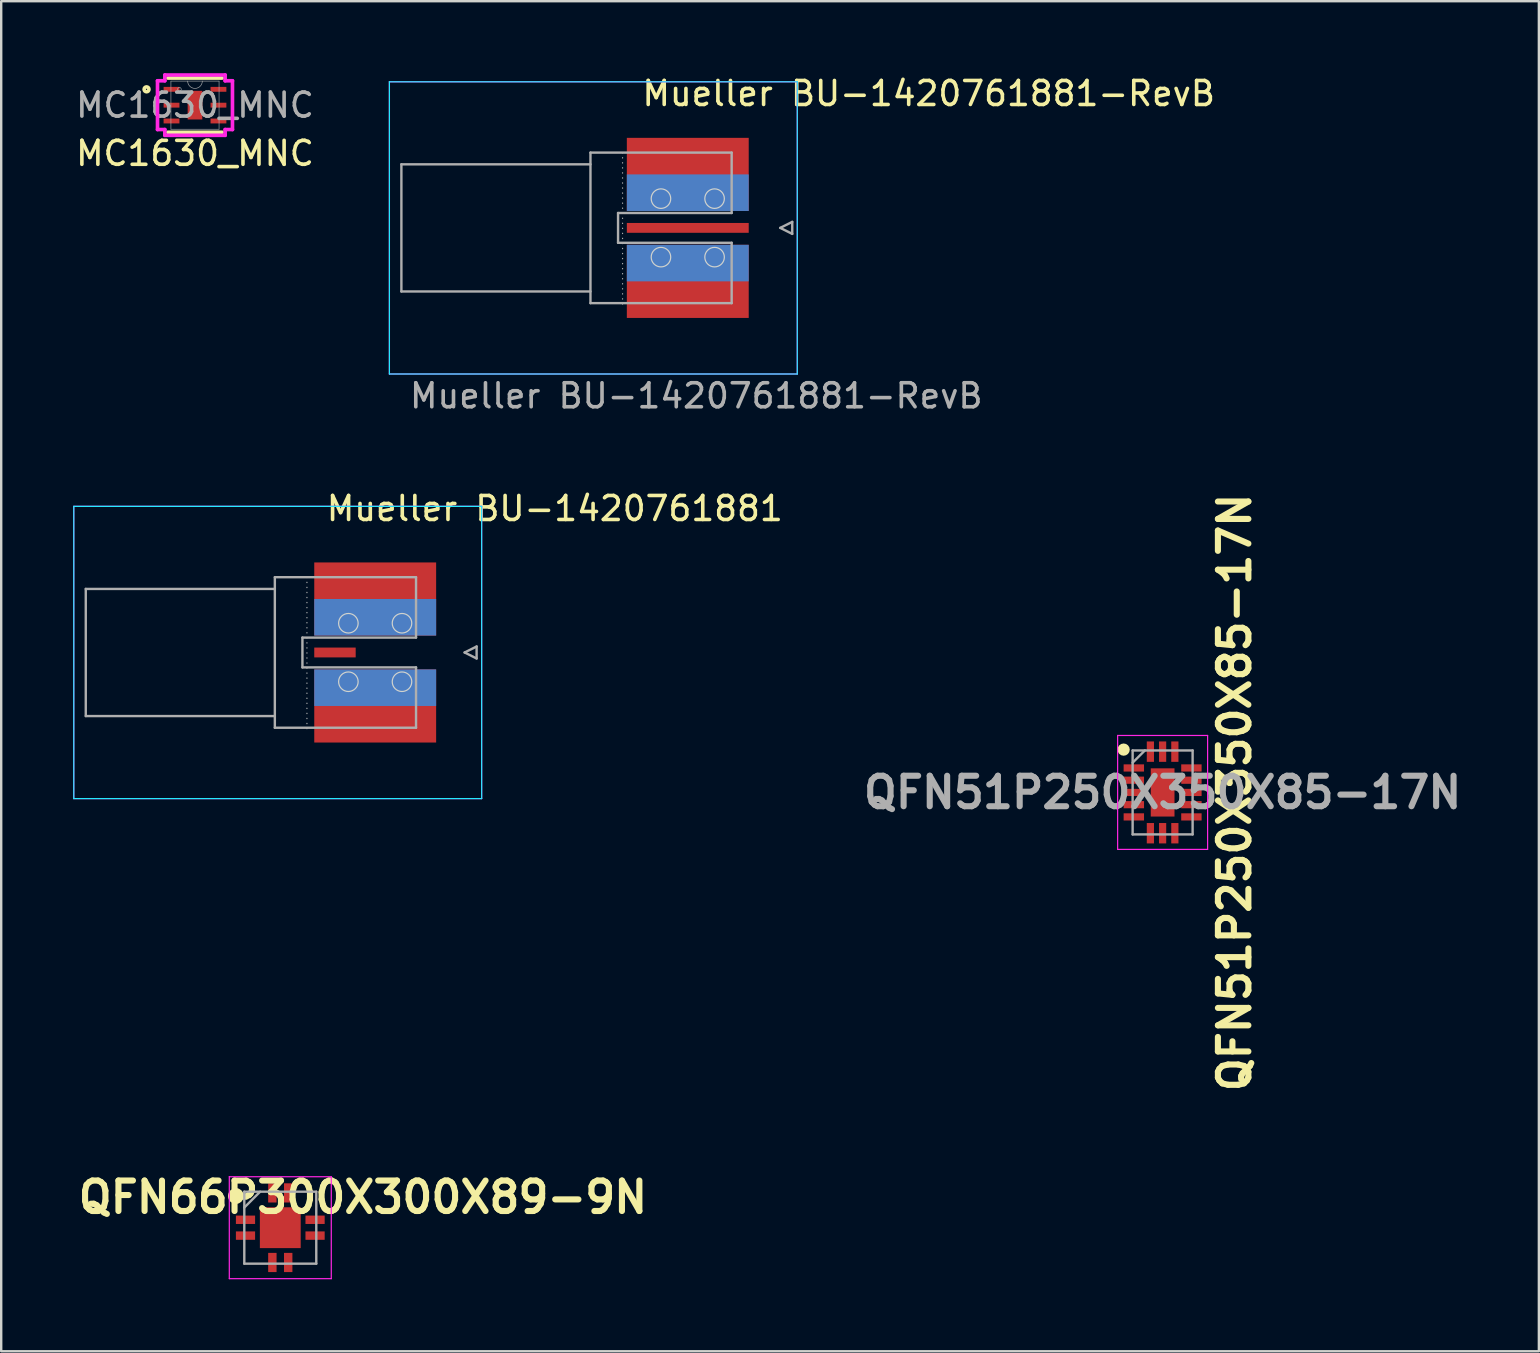
<source format=kicad_pcb>
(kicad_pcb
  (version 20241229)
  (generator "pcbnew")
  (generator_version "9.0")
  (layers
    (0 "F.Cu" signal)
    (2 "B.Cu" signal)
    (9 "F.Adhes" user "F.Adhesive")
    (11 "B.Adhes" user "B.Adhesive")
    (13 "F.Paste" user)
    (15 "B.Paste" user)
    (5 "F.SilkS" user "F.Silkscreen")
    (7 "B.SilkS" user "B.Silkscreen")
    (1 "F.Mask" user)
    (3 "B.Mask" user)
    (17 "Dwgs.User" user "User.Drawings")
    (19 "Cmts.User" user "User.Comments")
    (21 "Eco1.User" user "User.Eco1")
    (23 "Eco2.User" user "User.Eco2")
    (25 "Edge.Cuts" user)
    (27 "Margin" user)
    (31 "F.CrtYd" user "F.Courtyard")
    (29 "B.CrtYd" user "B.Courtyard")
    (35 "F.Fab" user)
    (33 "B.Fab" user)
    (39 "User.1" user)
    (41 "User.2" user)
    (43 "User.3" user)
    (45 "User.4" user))
  (footprint "Mueller BU-1420761881"
    (layer "F.Cu")
    (at 14.315 24.145)
    (property "Reference" "Mueller BU-1420761881" (at -3.84 -6 0) (layer "F.SilkS") (effects (font (size 1 1) (thickness 0.15)) (justify left)))
    (attr smd)
    (fp_circle (center -2.845 -1.219) (end -2.438 -1.219) (stroke (width 0.05) (type default)) (fill no) (layer "Edge.Cuts"))
    (fp_circle (center -2.845 1.219) (end -2.438 1.219) (stroke (width 0.05) (type default)) (fill no) (layer "Edge.Cuts"))
    (fp_circle (center -0.61 -1.219) (end -0.203 -1.219) (stroke (width 0.05) (type default)) (fill no) (layer "Edge.Cuts"))
    (fp_circle (center -0.61 1.219) (end -0.203 1.219) (stroke (width 0.05) (type default)) (fill no) (layer "Edge.Cuts"))
    (fp_line (start -14.29 -6.09) (end -14.29 6.09) (stroke (width 0.05) (type solid)) (layer "B.CrtYd"))
    (fp_line (start -14.29 -6.09) (end 2.71 -6.09) (stroke (width 0.05) (type solid)) (layer "B.CrtYd"))
    (fp_line (start -14.29 6.09) (end 2.71 6.09) (stroke (width 0.05) (type solid)) (layer "B.CrtYd"))
    (fp_line (start 2.71 -6.09) (end 2.71 6.09) (stroke (width 0.05) (type solid)) (layer "B.CrtYd"))
    (fp_line (start -14.29 -6.09) (end -14.29 6.09) (stroke (width 0.05) (type solid)) (layer "F.CrtYd"))
    (fp_line (start -14.29 6.09) (end 2.71 6.09) (stroke (width 0.05) (type solid)) (layer "F.CrtYd"))
    (fp_line (start 2.71 -6.09) (end -14.29 -6.09) (stroke (width 0.05) (type solid)) (layer "F.CrtYd"))
    (fp_line (start 2.71 -6.09) (end 2.71 6.09) (stroke (width 0.05) (type solid)) (layer "F.CrtYd"))
    (fp_line (start -13.79 -2.65) (end -13.79 2.65) (stroke (width 0.1) (type solid)) (layer "F.Fab"))
    (fp_line (start -13.79 -2.65) (end -5.91 -2.65) (stroke (width 0.1) (type solid)) (layer "F.Fab"))
    (fp_line (start -13.79 2.65) (end -5.91 2.65) (stroke (width 0.1) (type solid)) (layer "F.Fab"))
    (fp_line (start -5.91 -3.137) (end -5.91 3.137) (stroke (width 0.1) (type solid)) (layer "F.Fab"))
    (fp_line (start -5.91 3.137) (end -0.025 3.137) (stroke (width 0.1) (type solid)) (layer "F.Fab"))
    (fp_line (start -4.76 -0.621) (end -4.76 0.621) (stroke (width 0.1) (type solid)) (layer "F.Fab"))
    (fp_line (start -4.76 -0.621) (end -0.025 -0.621) (stroke (width 0.1) (type solid)) (layer "F.Fab"))
    (fp_line (start -4.76 0.621) (end -0.025 0.621) (stroke (width 0.1) (type solid)) (layer "F.Fab"))
    (fp_line (start -4.572 3.175) (end -4.572 -3.175) (stroke (width 0.05) (type dot)) (layer "F.Fab"))
    (fp_line (start -0.025 -3.137) (end -5.91 -3.137) (stroke (width 0.1) (type solid)) (layer "F.Fab"))
    (fp_line (start -0.025 -3.137) (end -0.025 -0.621) (stroke (width 0.1) (type solid)) (layer "F.Fab"))
    (fp_line (start -0.025 0.621) (end -0.025 3.137) (stroke (width 0.1) (type solid)) (layer "F.Fab"))
    (fp_line (start 2 0) (end 2.5 0.25) (stroke (width 0.1) (type solid)) (layer "F.Fab"))
    (fp_line (start 2.5 -0.25) (end 2 0) (stroke (width 0.1) (type solid)) (layer "F.Fab"))
    (fp_line (start 2.5 0.25) (end 2.5 -0.25) (stroke (width 0.1) (type solid)) (layer "F.Fab"))
    (pad "1" smd rect (at -3.404 0) (size 1.727 0.41) (layers "F.Cu" "F.Mask" "F.Paste"))
    (pad "2" smd rect (at -1.727 -2.229) (size 5.08 3.048) (layers "F.Cu" "F.Mask" "F.Paste"))
    (pad "2" smd rect (at -1.727 -1.467) (size 5.08 1.524) (layers "B.Cu" "B.Mask" "B.Paste"))
    (pad "2" smd rect (at -1.727 1.467) (size 5.08 1.524) (layers "B.Cu" "B.Mask" "B.Paste"))
    (pad "2" smd rect (at -1.727 2.229) (size 5.08 3.048) (layers "F.Cu" "F.Mask" "F.Paste")))
  (footprint "Mueller BU-1420761881-RevB"
    (layer "F.Cu")
    (at 27.47 6.448)
    (property "Reference" "Mueller BU-1420761881-RevB" (at -3.84 -5.6 0) (layer "F.SilkS") (effects (font (size 1 1) (thickness 0.15)) (justify left)))
    (attr smd)
    (fp_circle (center -2.972 -1.219) (end -2.565 -1.219) (stroke (width 0.05) (type default)) (fill no) (layer "Edge.Cuts"))
    (fp_circle (center -2.972 1.219) (end -2.565 1.219) (stroke (width 0.05) (type default)) (fill no) (layer "Edge.Cuts"))
    (fp_circle (center -0.737 -1.219) (end -0.33 -1.219) (stroke (width 0.05) (type default)) (fill no) (layer "Edge.Cuts"))
    (fp_circle (center -0.737 1.219) (end -0.33 1.219) (stroke (width 0.05) (type default)) (fill no) (layer "Edge.Cuts"))
    (fp_line (start -14.29 -6.09) (end -14.29 6.09) (stroke (width 0.05) (type solid)) (layer "B.CrtYd"))
    (fp_line (start -14.29 -6.09) (end 2.71 -6.09) (stroke (width 0.05) (type solid)) (layer "B.CrtYd"))
    (fp_line (start -14.29 6.09) (end 2.71 6.09) (stroke (width 0.05) (type solid)) (layer "B.CrtYd"))
    (fp_line (start 2.71 -6.09) (end 2.71 6.09) (stroke (width 0.05) (type solid)) (layer "B.CrtYd"))
    (fp_line (start -14.29 -6.09) (end -14.29 6.09) (stroke (width 0.05) (type solid)) (layer "F.CrtYd"))
    (fp_line (start -14.29 6.09) (end 2.71 6.09) (stroke (width 0.05) (type solid)) (layer "F.CrtYd"))
    (fp_line (start 2.71 -6.09) (end -14.29 -6.09) (stroke (width 0.05) (type solid)) (layer "F.CrtYd"))
    (fp_line (start 2.71 -6.09) (end 2.71 6.09) (stroke (width 0.05) (type solid)) (layer "F.CrtYd"))
    (fp_line (start -13.79 -2.65) (end -13.79 2.65) (stroke (width 0.1) (type solid)) (layer "F.Fab"))
    (fp_line (start -13.79 -2.65) (end -5.91 -2.65) (stroke (width 0.1) (type solid)) (layer "F.Fab"))
    (fp_line (start -13.79 2.65) (end -5.91 2.65) (stroke (width 0.1) (type solid)) (layer "F.Fab"))
    (fp_line (start -5.91 -3.137) (end -5.91 3.137) (stroke (width 0.1) (type solid)) (layer "F.Fab"))
    (fp_line (start -5.91 3.137) (end -0.025 3.137) (stroke (width 0.1) (type solid)) (layer "F.Fab"))
    (fp_line (start -4.76 -0.621) (end -4.76 0.621) (stroke (width 0.1) (type solid)) (layer "F.Fab"))
    (fp_line (start -4.76 -0.621) (end -0.025 -0.621) (stroke (width 0.1) (type solid)) (layer "F.Fab"))
    (fp_line (start -4.76 0.621) (end -0.025 0.621) (stroke (width 0.1) (type solid)) (layer "F.Fab"))
    (fp_line (start -4.572 3.175) (end -4.572 -3.175) (stroke (width 0.05) (type dot)) (layer "F.Fab"))
    (fp_line (start -0.025 -3.137) (end -5.91 -3.137) (stroke (width 0.1) (type solid)) (layer "F.Fab"))
    (fp_line (start -0.025 -3.137) (end -0.025 -0.621) (stroke (width 0.1) (type solid)) (layer "F.Fab"))
    (fp_line (start -0.025 0.621) (end -0.025 3.137) (stroke (width 0.1) (type solid)) (layer "F.Fab"))
    (fp_line (start 2 0) (end 2.5 0.25) (stroke (width 0.1) (type solid)) (layer "F.Fab"))
    (fp_line (start 2.5 -0.25) (end 2 0) (stroke (width 0.1) (type solid)) (layer "F.Fab"))
    (fp_line (start 2.5 0.25) (end 2.5 -0.25) (stroke (width 0.1) (type solid)) (layer "F.Fab"))
    (fp_text user "${REFERENCE}" (at -1.5 7 0) (layer "F.Fab") (effects (font (size 1 1) (thickness 0.15))))
    (pad "1" smd rect (at -1.854 0) (size 5.08 0.41) (layers "F.Cu" "F.Mask" "F.Paste"))
    (pad "2" smd rect (at -1.854 -2.229) (size 5.08 3.048) (layers "F.Cu" "F.Mask" "F.Paste"))
    (pad "2" smd rect (at -1.854 -1.467) (size 5.08 1.524) (layers "B.Cu" "B.Mask" "B.Paste"))
    (pad "2" smd rect (at -1.854 1.467) (size 5.08 1.524) (layers "B.Cu" "B.Mask" "B.Paste"))
    (pad "2" smd rect (at -1.854 2.229) (size 5.08 3.048) (layers "F.Cu" "F.Mask" "F.Paste"))
    (zone (net_name "") (layer "F.Cu") (name "F.Cu Pad Clearance") (hatch edge 0.5) (connect_pads) (min_thickness 0.25) (filled_areas_thickness no) (keepout (tracks allowed) (vias not_allowed) (pads allowed) (copperpour not_allowed) (footprints allowed)) (placement (enabled no)) (fill) (polygon (pts (xy 23.076 5.742) (xy 28.156 5.742) (xy 28.156 7.154) (xy 23.076 7.154)))))
  (footprint "QFN66P300X300X89-9N"
    (layer "F.Cu")
    (at 8.632 48.119)
    (property "Reference" "QFN66P300X300X89-9N" (at 3.445 -1.27 0) (layer "F.SilkS") (effects (font (size 1.27 1.27) (thickness 0.254))))
    (attr smd allow_soldermask_bridges)
    (fp_circle (center -1.85 -1.32) (end -1.85 -1.155) (stroke (width 0.33) (type solid)) (fill no) (layer "F.SilkS"))
    (fp_line (start -2.125 -2.125) (end 2.125 -2.125) (stroke (width 0.05) (type solid)) (layer "F.CrtYd"))
    (fp_line (start -2.125 2.125) (end -2.125 -2.125) (stroke (width 0.05) (type solid)) (layer "F.CrtYd"))
    (fp_line (start 2.125 -2.125) (end 2.125 2.125) (stroke (width 0.05) (type solid)) (layer "F.CrtYd"))
    (fp_line (start 2.125 2.125) (end -2.125 2.125) (stroke (width 0.05) (type solid)) (layer "F.CrtYd"))
    (fp_line (start -1.5 -1.5) (end 1.5 -1.5) (stroke (width 0.1) (type solid)) (layer "F.Fab"))
    (fp_line (start -1.5 -0.84) (end -0.84 -1.5) (stroke (width 0.1) (type solid)) (layer "F.Fab"))
    (fp_line (start -1.5 1.5) (end -1.5 -1.5) (stroke (width 0.1) (type solid)) (layer "F.Fab"))
    (fp_line (start 1.5 -1.5) (end 1.5 1.5) (stroke (width 0.1) (type solid)) (layer "F.Fab"))
    (fp_line (start 1.5 1.5) (end -1.5 1.5) (stroke (width 0.1) (type solid)) (layer "F.Fab"))
    (pad "1" smd rect (at -1.45 -0.33 90) (size 0.35 0.8) (layers "F.Cu" "F.Mask" "F.Paste"))
    (pad "2" smd rect (at -1.45 0.33 90) (size 0.35 0.8) (layers "F.Cu" "F.Mask" "F.Paste"))
    (pad "3" smd rect (at -0.33 1.45) (size 0.35 0.8) (layers "F.Cu" "F.Mask" "F.Paste"))
    (pad "4" smd rect (at 0.33 1.45) (size 0.35 0.8) (layers "F.Cu" "F.Mask" "F.Paste"))
    (pad "5" smd rect (at 1.45 0.33 90) (size 0.35 0.8) (layers "F.Cu" "F.Mask" "F.Paste"))
    (pad "6" smd rect (at 1.45 -0.33 90) (size 0.35 0.8) (layers "F.Cu" "F.Mask" "F.Paste"))
    (pad "7" smd rect (at 0.33 -1.45) (size 0.35 0.8) (layers "F.Cu" "F.Mask" "F.Paste"))
    (pad "8" smd rect (at -0.33 -1.45) (size 0.35 0.8) (layers "F.Cu" "F.Mask" "F.Paste"))
    (pad "9" smd rect (at 0 0) (size 1.702 1.702) (layers "F.Cu" "F.Mask" "F.Paste")))
  (footprint "MC1630_MNC"
    (layer "F.Cu")
    (at 5.077 1.333)
    (property "Reference" "MC1630_MNC" (at 0 2.01 0) (unlocked yes) (layer "F.SilkS") (effects (font (size 1 1) (thickness 0.15))))
    (attr smd)
    (fp_line (start -1.13 1.13) (end 1.13 1.13) (stroke (width 0.152) (type solid)) (layer "F.SilkS"))
    (fp_line (start 1.13 -1.13) (end -1.13 -1.13) (stroke (width 0.152) (type solid)) (layer "F.SilkS"))
    (fp_circle (center -2.019 -0.66) (end -1.918 -0.66) (stroke (width 0.152) (type solid)) (fill no) (layer "F.SilkS"))
    (fp_line (start -1.562 -1.016) (end -1.257 -1.016) (stroke (width 0.152) (type solid)) (layer "F.CrtYd"))
    (fp_line (start -1.562 1.016) (end -1.562 -1.016) (stroke (width 0.152) (type solid)) (layer "F.CrtYd"))
    (fp_line (start -1.562 1.016) (end -1.257 1.016) (stroke (width 0.152) (type solid)) (layer "F.CrtYd"))
    (fp_line (start -1.257 -1.257) (end 1.257 -1.257) (stroke (width 0.152) (type solid)) (layer "F.CrtYd"))
    (fp_line (start -1.257 -1.016) (end -1.257 -1.257) (stroke (width 0.152) (type solid)) (layer "F.CrtYd"))
    (fp_line (start -1.257 1.257) (end -1.257 1.016) (stroke (width 0.152) (type solid)) (layer "F.CrtYd"))
    (fp_line (start 1.257 -1.257) (end 1.257 -1.016) (stroke (width 0.152) (type solid)) (layer "F.CrtYd"))
    (fp_line (start 1.257 1.016) (end 1.257 1.257) (stroke (width 0.152) (type solid)) (layer "F.CrtYd"))
    (fp_line (start 1.257 1.257) (end -1.257 1.257) (stroke (width 0.152) (type solid)) (layer "F.CrtYd"))
    (fp_line (start 1.562 -1.016) (end 1.257 -1.016) (stroke (width 0.152) (type solid)) (layer "F.CrtYd"))
    (fp_line (start 1.562 -1.016) (end 1.562 1.016) (stroke (width 0.152) (type solid)) (layer "F.CrtYd"))
    (fp_line (start 1.562 1.016) (end 1.257 1.016) (stroke (width 0.152) (type solid)) (layer "F.CrtYd"))
    (fp_line (start -1.003 -1.003) (end -1.003 1.003) (stroke (width 0.025) (type solid)) (layer "F.Fab"))
    (fp_line (start -1.003 1.003) (end 1.003 1.003) (stroke (width 0.025) (type solid)) (layer "F.Fab"))
    (fp_line (start 1.003 -1.003) (end -1.003 -1.003) (stroke (width 0.025) (type solid)) (layer "F.Fab"))
    (fp_line (start 1.003 1.003) (end 1.003 -1.003) (stroke (width 0.025) (type solid)) (layer "F.Fab"))
    (fp_arc (start 0.3048 -1.0033) (mid 0 -0.6985) (end -0.3048 -1.0033) (stroke (width 0.0254) (type solid)) (layer "F.Fab"))
    (fp_circle (center -0.648 -0.66) (end -0.572 -0.66) (stroke (width 0.025) (type solid)) (fill no) (layer "F.Fab"))
    (fp_text user "${REFERENCE}" (at 0 0 0) (unlocked yes) (layer "F.Fab") (effects (font (size 1 1) (thickness 0.15))))
    (pad "1" smd rect (at -0.978 -0.66) (size 0.66 0.203) (layers "F.Cu" "F.Mask" "F.Paste"))
    (pad "2" smd rect (at -0.978 0) (size 0.66 0.203) (layers "F.Cu" "F.Mask" "F.Paste"))
    (pad "3" smd rect (at -0.978 0.66) (size 0.66 0.203) (layers "F.Cu" "F.Mask" "F.Paste"))
    (pad "4" smd rect (at 0.978 0.66) (size 0.66 0.203) (layers "F.Cu" "F.Mask" "F.Paste"))
    (pad "5" smd rect (at 0.978 0) (size 0.66 0.203) (layers "F.Cu" "F.Mask" "F.Paste"))
    (pad "6" smd rect (at 0.978 -0.66) (size 0.66 0.203) (layers "F.Cu" "F.Mask" "F.Paste"))
    (pad "7" smd rect (at 0 0) (size 0.61 1.194) (layers "F.Cu" "F.Mask" "F.Paste")))
  (footprint "QFN51P250X350X85-17N"
    (layer "F.Cu")
    (at 45.407 29.978)
    (property "Reference" "QFN51P250X350X85-17N" (at 3 0 90) (layer "F.SilkS") (effects (font (size 1.27 1.27) (thickness 0.254))))
    (attr smd)
    (fp_circle (center -1.625 -1.785) (end -1.625 -1.657) (stroke (width 0.255) (type solid)) (fill no) (layer "F.SilkS"))
    (fp_line (start -1.875 -2.375) (end 1.875 -2.375) (stroke (width 0.05) (type solid)) (layer "F.CrtYd"))
    (fp_line (start -1.875 2.375) (end -1.875 -2.375) (stroke (width 0.05) (type solid)) (layer "F.CrtYd"))
    (fp_line (start 1.875 -2.375) (end 1.875 2.375) (stroke (width 0.05) (type solid)) (layer "F.CrtYd"))
    (fp_line (start 1.875 2.375) (end -1.875 2.375) (stroke (width 0.05) (type solid)) (layer "F.CrtYd"))
    (fp_line (start -1.25 -1.75) (end 1.25 -1.75) (stroke (width 0.1) (type solid)) (layer "F.Fab"))
    (fp_line (start -1.25 -1.24) (end -0.74 -1.75) (stroke (width 0.1) (type solid)) (layer "F.Fab"))
    (fp_line (start -1.25 1.75) (end -1.25 -1.75) (stroke (width 0.1) (type solid)) (layer "F.Fab"))
    (fp_line (start 1.25 -1.75) (end 1.25 1.75) (stroke (width 0.1) (type solid)) (layer "F.Fab"))
    (fp_line (start 1.25 1.75) (end -1.25 1.75) (stroke (width 0.1) (type solid)) (layer "F.Fab"))
    (fp_text user "${REFERENCE}" (at 0 0 180) (layer "F.Fab") (effects (font (size 1.27 1.27) (thickness 0.254))))
    (pad "1" smd rect (at -1.2 -1.02 90) (size 0.3 0.85) (layers "F.Cu" "F.Mask" "F.Paste"))
    (pad "2" smd rect (at -1.2 -0.51 90) (size 0.3 0.85) (layers "F.Cu" "F.Mask" "F.Paste"))
    (pad "3" smd rect (at -1.2 0 90) (size 0.3 0.85) (layers "F.Cu" "F.Mask" "F.Paste"))
    (pad "4" smd rect (at -1.2 0.51 90) (size 0.3 0.85) (layers "F.Cu" "F.Mask" "F.Paste"))
    (pad "5" smd rect (at -1.2 1.02 90) (size 0.3 0.85) (layers "F.Cu" "F.Mask" "F.Paste"))
    (pad "6" smd rect (at -0.51 1.7) (size 0.3 0.85) (layers "F.Cu" "F.Mask" "F.Paste"))
    (pad "7" smd rect (at 0 1.7) (size 0.3 0.85) (layers "F.Cu" "F.Mask" "F.Paste"))
    (pad "8" smd rect (at 0.51 1.7) (size 0.3 0.85) (layers "F.Cu" "F.Mask" "F.Paste"))
    (pad "9" smd rect (at 1.2 1.02 90) (size 0.3 0.85) (layers "F.Cu" "F.Mask" "F.Paste"))
    (pad "10" smd rect (at 1.2 0.51 90) (size 0.3 0.85) (layers "F.Cu" "F.Mask" "F.Paste"))
    (pad "11" smd rect (at 1.2 0 90) (size 0.3 0.85) (layers "F.Cu" "F.Mask" "F.Paste"))
    (pad "12" smd rect (at 1.2 -0.51 90) (size 0.3 0.85) (layers "F.Cu" "F.Mask" "F.Paste"))
    (pad "13" smd rect (at 1.2 -1.02 90) (size 0.3 0.85) (layers "F.Cu" "F.Mask" "F.Paste"))
    (pad "14" smd rect (at 0.51 -1.7) (size 0.3 0.85) (layers "F.Cu" "F.Mask" "F.Paste"))
    (pad "15" smd rect (at 0 -1.7) (size 0.3 0.85) (layers "F.Cu" "F.Mask" "F.Paste"))
    (pad "16" smd rect (at -0.51 -1.7) (size 0.3 0.85) (layers "F.Cu" "F.Mask" "F.Paste"))
    (pad "17" smd rect (at 0 0) (size 0.99 2.01) (layers "F.Cu" "F.Mask" "F.Paste")))
  (gr_rect
    (start -3 -3)
    (end 61.089 53.269)
    (stroke (width 0.1) (type default))
    (fill no)
    (layer "Edge.Cuts")))
</source>
